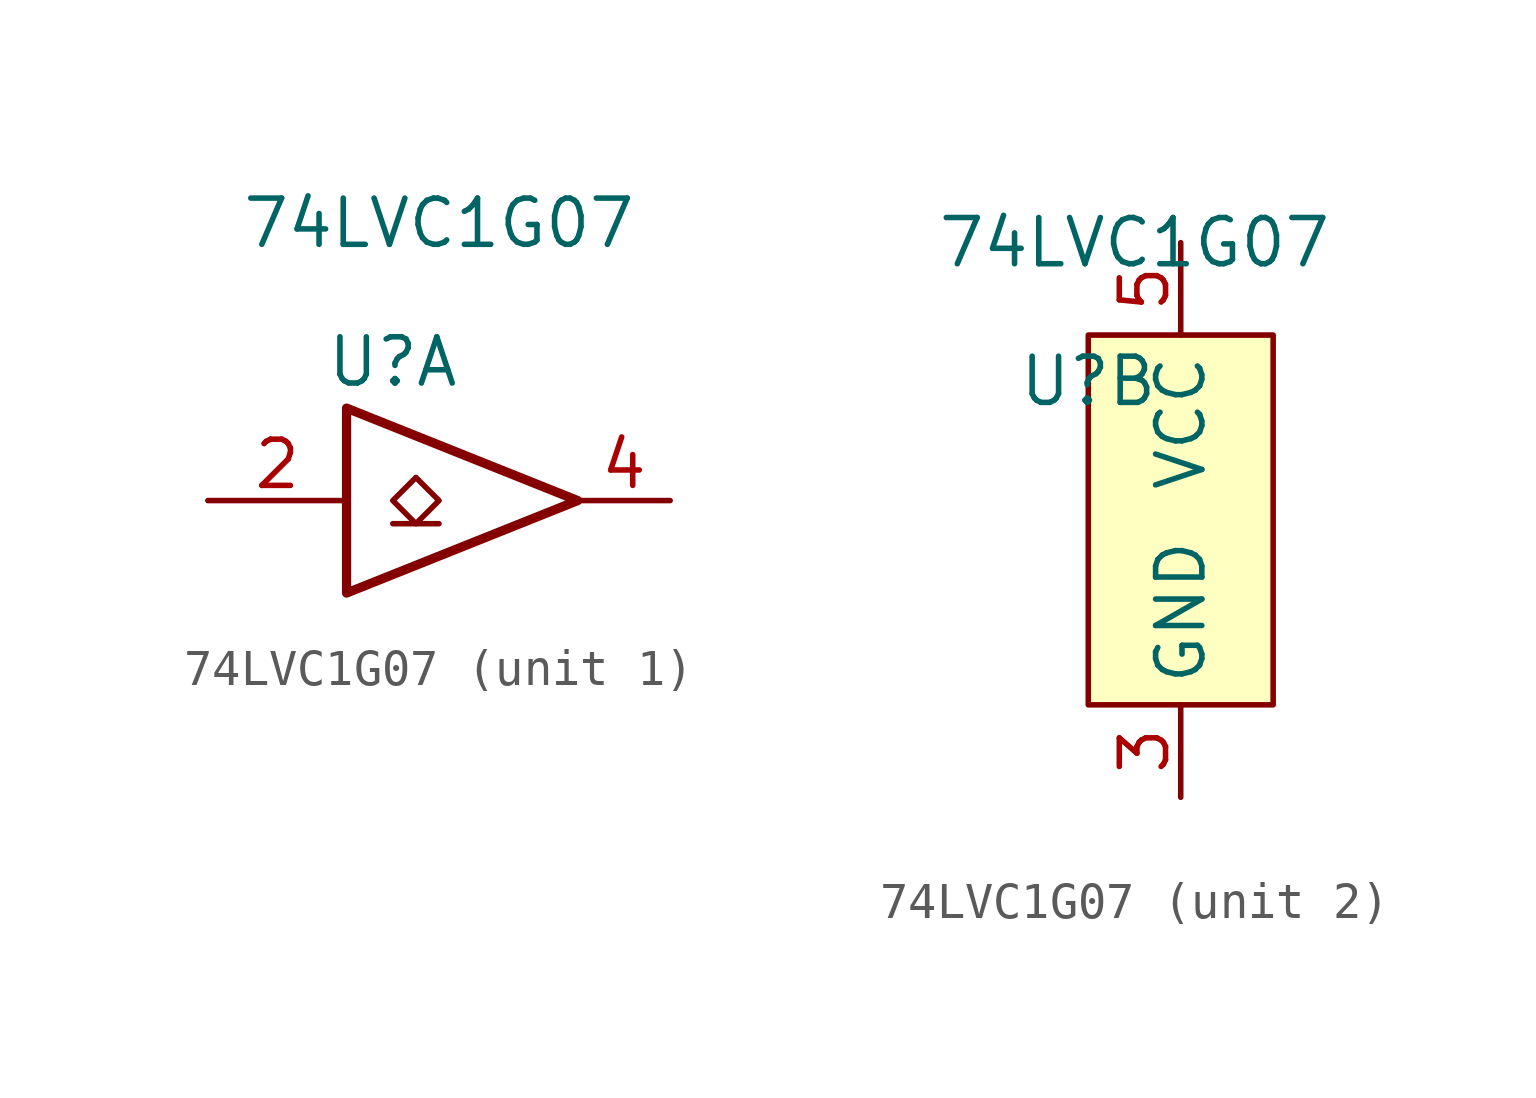
<source format=kicad_sym>
(kicad_symbol_lib
  (version 20211014)
  (generator kicad_symbol_editor)
  (symbol "74LVC1G07"
    (property "Reference" "U"
      (at -2.54 3.81 0)
      (effects (font (size 1.27 1.27))))
    (property "Value" "74LVC1G07"
      (at -1.27 7.62 0)
      (effects (font (size 1.27 1.27))))
    (property "ki_locked" ""
      (at 0 0 0)
      (effects (font (size 1.27 1.27))))
    (symbol "74LVC1G07_1_1"
      (polyline (pts (xy -2.54 -0.635) (xy -1.27 -0.635)) (stroke (width 0) (type default) (color 0 0 0 0)) (fill (type none)))
      (polyline (pts (xy -3.81 2.54) (xy -3.81 -2.54) (xy 2.54 0) (xy -3.81 2.54)) (stroke (width 0.254) (type default) (color 0 0 0 0)) (fill (type none)))
      (polyline (pts (xy -1.905 0.635) (xy -2.54 0) (xy -1.905 -0.635) (xy -1.27 0) (xy -1.905 0.635)) (stroke (width 0) (type default) (color 0 0 0 0)) (fill (type none)))
      (pin input line (at -7.62 0 0) (length 3.81) (name "~" (effects (font (size 1.27 1.27)))) (number "2" (effects (font (size 1.27 1.27)))))
      (pin open_collector line (at 5.08 0 180) (length 2.54) (name "~" (effects (font (size 1.27 1.27)))) (number "4" (effects (font (size 1.27 1.27))))))
    (symbol "74LVC1G07_2_1"
      (rectangle (start -2.54 5.08) (end 2.54 -5.08) (stroke (width 0) (type default) (color 0 0 0 0)) (fill (type background)))
      (pin no_connect line (at -2.54 -7.62 90) (length 2.54) hide (name "NC" (effects (font (size 1.27 1.27)))) (number "1" (effects (font (size 1.27 1.27)))))
      (pin power_in line (at 0 -7.62 90) (length 2.54) (name "GND" (effects (font (size 1.27 1.27)))) (number "3" (effects (font (size 1.27 1.27)))))
      (pin power_in line (at 0 7.62 270) (length 2.54) (name "VCC" (effects (font (size 1.27 1.27)))) (number "5" (effects (font (size 1.27 1.27))))))))
</source>
